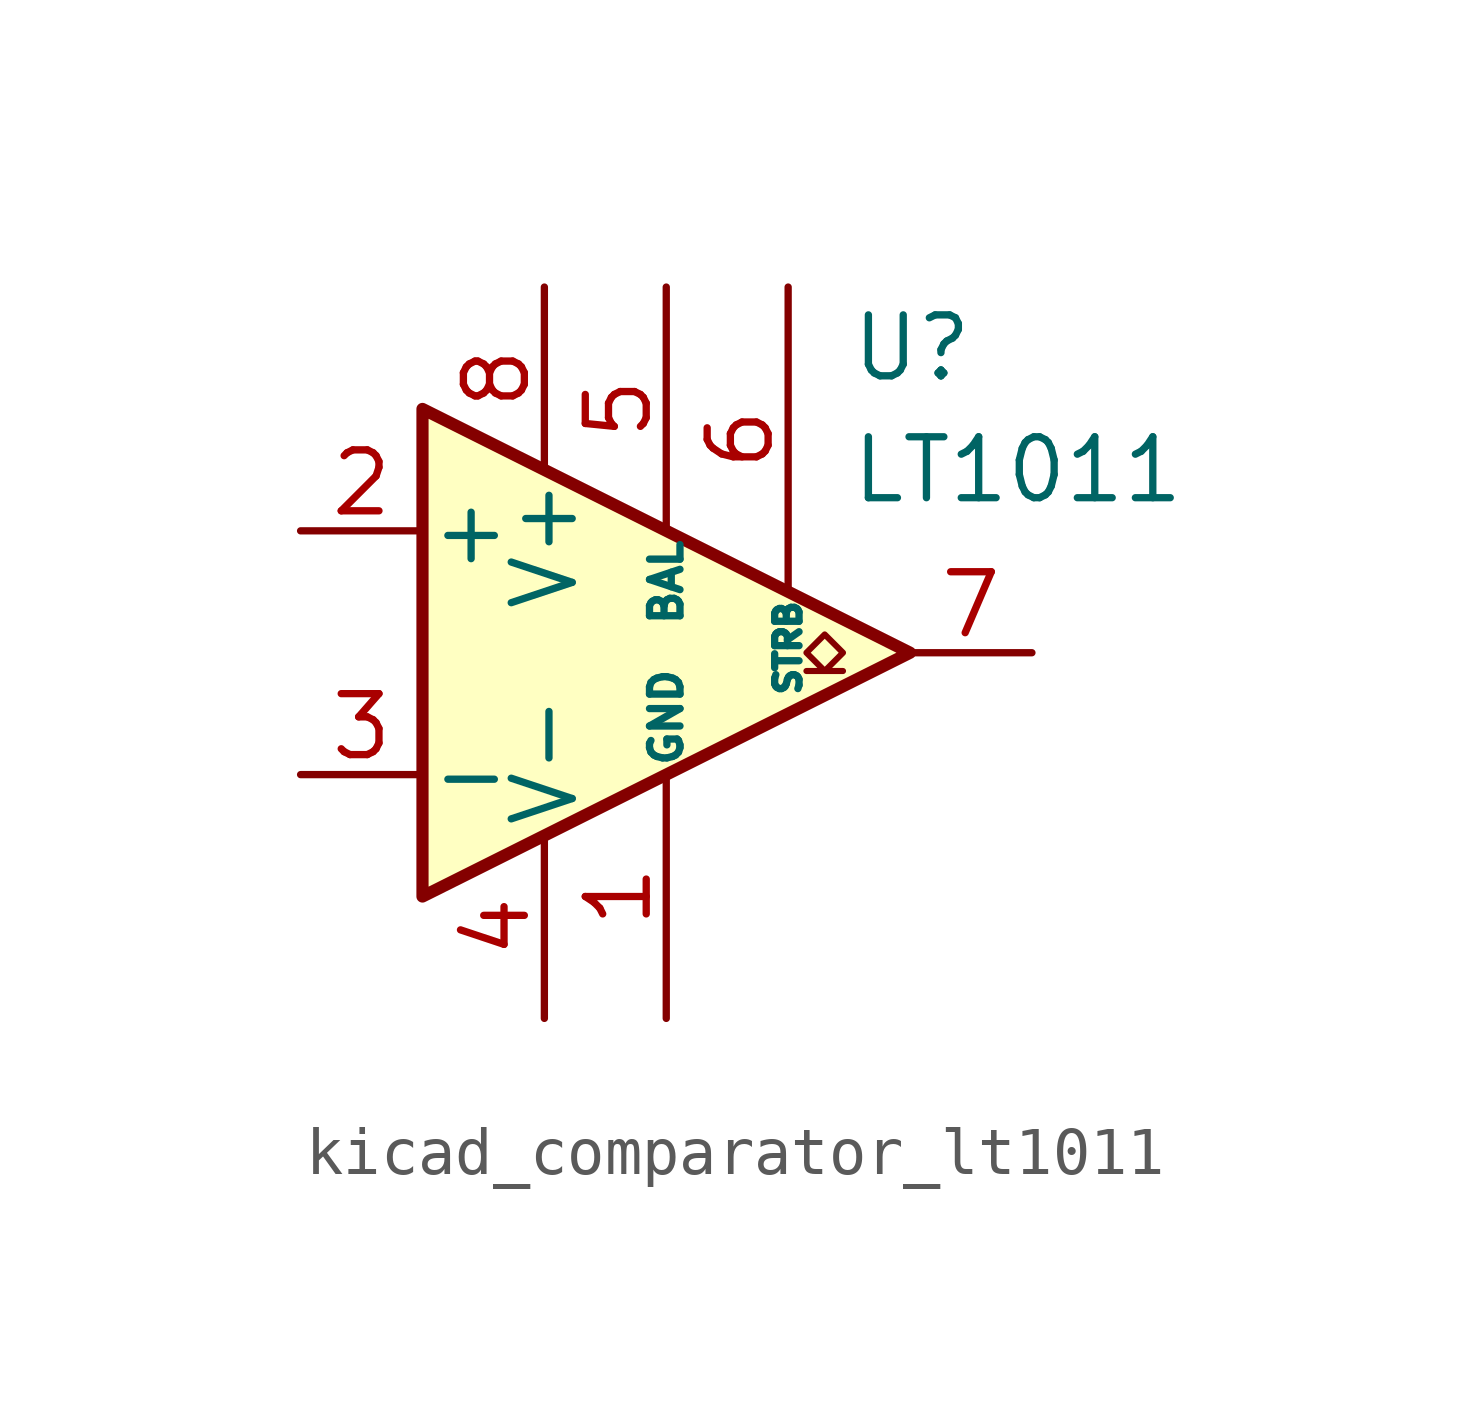
<source format=kicad_sym>
(kicad_symbol_lib
  (version 20220914)
  (generator kicad_symbol_editor)
  (symbol "kicad_comparator_lt1011"
    (pin_names
      (offset 0.127))
    (property "Reference" "U"
      (at 3.81 6.35 0)
      (effects (font (size 1.27 1.27)) (justify left)))
    (property "Value" "LT1011"
      (at 3.81 3.81 0)
      (effects (font (size 1.27 1.27)) (justify left)))
    (symbol "kicad_comparator_lt1011_0_1"
      (polyline (pts (xy 5.08 0) (xy -5.08 5.08) (xy -5.08 -5.08) (xy 5.08 0)) (stroke (width 0.254) (type default)) (fill (type background)))
      (polyline (pts (xy 3.683 -0.381) (xy 3.302 -0.381) (xy 3.683 0) (xy 3.302 0.381) (xy 2.921 0) (xy 3.302 -0.381) (xy 2.921 -0.381)) (stroke (width 0.127) (type default)) (fill (type none))))
    (symbol "kicad_comparator_lt1011_1_1"
      (pin passive line (at 0 -7.62 90) (length 5.08) (name "GND" (effects (font (size 0.635 0.635)))) (number "1" (effects (font (size 1.27 1.27)))))
      (pin input line (at -7.62 2.54 0) (length 2.54) (name "+" (effects (font (size 1.27 1.27)))) (number "2" (effects (font (size 1.27 1.27)))))
      (pin input line (at -7.62 -2.54 0) (length 2.54) (name "-" (effects (font (size 1.27 1.27)))) (number "3" (effects (font (size 1.27 1.27)))))
      (pin power_in line (at -2.54 -7.62 90) (length 3.81) (name "V-" (effects (font (size 1.27 1.27)))) (number "4" (effects (font (size 1.27 1.27)))))
      (pin input line (at 0 7.62 270) (length 5.08) (name "BAL" (effects (font (size 0.635 0.635)))) (number "5" (effects (font (size 1.27 1.27)))))
      (pin input line (at 2.54 7.62 270) (length 6.35) (name "STRB" (effects (font (size 0.508 0.508)))) (number "6" (effects (font (size 1.27 1.27)))))
      (pin open_collector line (at 7.62 0 180) (length 2.54) (name "~" (effects (font (size 1.27 1.27)))) (number "7" (effects (font (size 1.27 1.27)))))
      (pin power_in line (at -2.54 7.62 270) (length 3.81) (name "V+" (effects (font (size 1.27 1.27)))) (number "8" (effects (font (size 1.27 1.27))))))))
</source>
